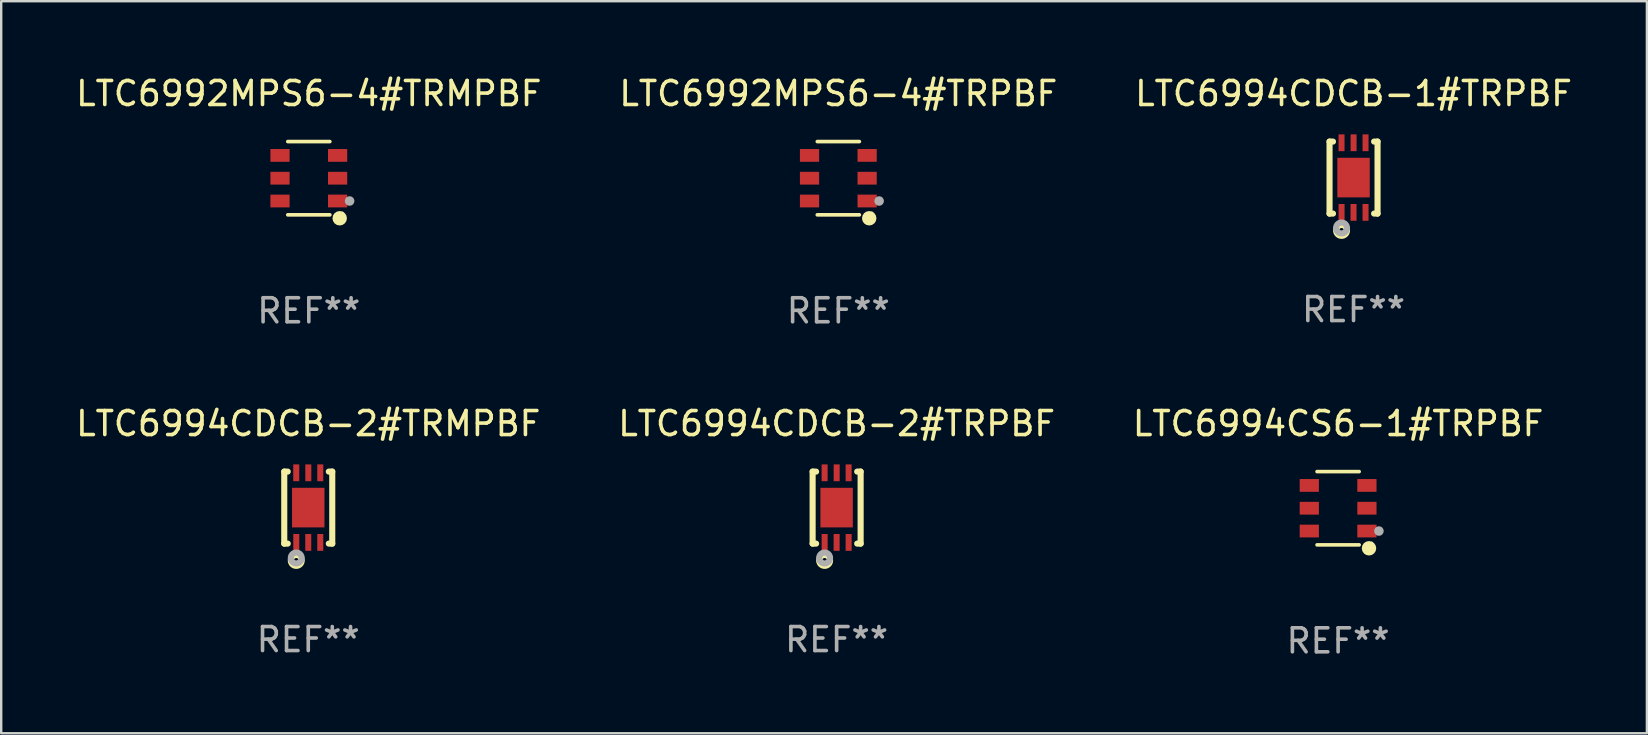
<source format=kicad_pcb>
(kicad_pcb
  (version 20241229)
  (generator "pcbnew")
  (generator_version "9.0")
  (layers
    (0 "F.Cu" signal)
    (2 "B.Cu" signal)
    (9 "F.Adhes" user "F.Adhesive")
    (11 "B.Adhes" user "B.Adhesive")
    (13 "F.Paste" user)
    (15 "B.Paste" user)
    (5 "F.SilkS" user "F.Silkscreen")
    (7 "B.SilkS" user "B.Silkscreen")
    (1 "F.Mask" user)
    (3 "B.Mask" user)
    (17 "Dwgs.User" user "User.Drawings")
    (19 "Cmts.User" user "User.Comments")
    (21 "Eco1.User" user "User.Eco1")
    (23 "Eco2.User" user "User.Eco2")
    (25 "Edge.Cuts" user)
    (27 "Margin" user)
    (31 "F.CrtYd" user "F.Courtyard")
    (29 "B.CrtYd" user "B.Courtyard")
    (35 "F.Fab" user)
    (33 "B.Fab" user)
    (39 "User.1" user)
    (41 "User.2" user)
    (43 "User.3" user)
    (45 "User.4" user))
  (footprint "LTC6992MPS6-4#TRMPBF"
    (layer "F.Cu")
    (at 9.815 4.374)
    (property "Reference" "LTC6992MPS6-4#TRMPBF" (at 0 -3.526 0) (layer "F.SilkS") (effects (font (size 1 1) (thickness 0.15))))
    (attr through_hole)
    (fp_line (start 0.876 -1.526) (end -0.876 -1.526) (stroke (width 0.152) (type solid)) (layer "F.SilkS"))
    (fp_line (start 0.876 1.526) (end -0.876 1.526) (stroke (width 0.152) (type solid)) (layer "F.SilkS"))
    (fp_circle (center 1.287 1.669) (end 1.438 1.669) (stroke (width 0.3) (type solid)) (fill no) (layer "F.SilkS"))
    (fp_circle (center 1.4 1.45) (end 1.43 1.45) (stroke (width 0.06) (type solid)) (fill no) (layer "F.SilkS"))
    (fp_circle (center 1.7 0.95) (end 1.8 0.95) (stroke (width 0.2) (type solid)) (fill no) (layer "F.Fab"))
    (fp_text user "REF**" (at 0 5.526 0) (layer "F.Fab") (effects (font (size 1 1) (thickness 0.15))))
    (pad "1" smd rect (at 1.2 0.95) (size 0.8 0.532) (layers "F.Cu" "F.Mask" "F.Paste"))
    (pad "2" smd rect (at 1.2 0) (size 0.8 0.532) (layers "F.Cu" "F.Mask" "F.Paste"))
    (pad "3" smd rect (at 1.2 -0.95) (size 0.8 0.532) (layers "F.Cu" "F.Mask" "F.Paste"))
    (pad "4" smd rect (at -1.2 -0.95) (size 0.8 0.532) (layers "F.Cu" "F.Mask" "F.Paste"))
    (pad "5" smd rect (at -1.2 0) (size 0.8 0.532) (layers "F.Cu" "F.Mask" "F.Paste"))
    (pad "6" smd rect (at -1.2 0.95) (size 0.8 0.532) (layers "F.Cu" "F.Mask" "F.Paste")))
  (footprint "LTC6994CDCB-1#TRPBF"
    (layer "F.Cu")
    (at 53.339 4.348)
    (property "Reference" "LTC6994CDCB-1#TRPBF" (at 0 -3.5 0) (layer "F.SilkS") (effects (font (size 1 1) (thickness 0.15))))
    (attr through_hole)
    (fp_line (start -1 1.5) (end -1 -1.5) (stroke (width 0.254) (type solid)) (layer "F.SilkS"))
    (fp_line (start -0.856 -1.5) (end -1 -1.5) (stroke (width 0.254) (type solid)) (layer "F.SilkS"))
    (fp_line (start -0.855 1.5) (end -1 1.5) (stroke (width 0.254) (type solid)) (layer "F.SilkS"))
    (fp_line (start 1 -1.5) (end 0.856 -1.5) (stroke (width 0.254) (type solid)) (layer "F.SilkS"))
    (fp_line (start 1 1.5) (end 0.856 1.5) (stroke (width 0.254) (type solid)) (layer "F.SilkS"))
    (fp_line (start 1 1.5) (end 1 -1.5) (stroke (width 0.254) (type solid)) (layer "F.SilkS"))
    (fp_circle (center -1 1.5) (end -0.97 1.5) (stroke (width 0.06) (type solid)) (fill no) (layer "F.SilkS"))
    (fp_circle (center -0.5 2.2) (end -0.4 2.2) (stroke (width 0.254) (type solid)) (fill no) (layer "F.SilkS"))
    (fp_circle (center -0.5 2.1) (end -0.4 2.1) (stroke (width 0.254) (type solid)) (fill no) (layer "F.Fab"))
    (fp_text user "REF**" (at 0 5.5 0) (layer "F.Fab") (effects (font (size 1 1) (thickness 0.15))))
    (pad "1" smd rect (at -0.499 1.45 180) (size 0.25 0.7) (layers "F.Cu" "F.Mask" "F.Paste"))
    (pad "2" smd rect (at 0.000025 1.45 180) (size 0.25 0.7) (layers "F.Cu" "F.Mask" "F.Paste"))
    (pad "3" smd rect (at 0.5 1.45 180) (size 0.25 0.7) (layers "F.Cu" "F.Mask" "F.Paste"))
    (pad "4" smd rect (at 0.5 -1.45 180) (size 0.25 0.7) (layers "F.Cu" "F.Mask" "F.Paste"))
    (pad "5" smd rect (at 0.002 -1.45 180) (size 0.25 0.7) (layers "F.Cu" "F.Mask" "F.Paste"))
    (pad "6" smd rect (at -0.5 -1.45 180) (size 0.25 0.7) (layers "F.Cu" "F.Mask" "F.Paste"))
    (pad "7" smd rect (at 0.000025 0.000038 180) (size 1.35 1.65) (layers "F.Cu" "F.Mask" "F.Paste")))
  (footprint "LTC6994CS6-1#TRPBF"
    (layer "F.Cu")
    (at 52.696 18.123)
    (property "Reference" "LTC6994CS6-1#TRPBF" (at 0 -3.526 0) (layer "F.SilkS") (effects (font (size 1 1) (thickness 0.15))))
    (attr through_hole)
    (fp_line (start 0.876 -1.526) (end -0.876 -1.526) (stroke (width 0.152) (type solid)) (layer "F.SilkS"))
    (fp_line (start 0.876 1.526) (end -0.876 1.526) (stroke (width 0.152) (type solid)) (layer "F.SilkS"))
    (fp_circle (center 1.287 1.669) (end 1.438 1.669) (stroke (width 0.3) (type solid)) (fill no) (layer "F.SilkS"))
    (fp_circle (center 1.4 1.45) (end 1.43 1.45) (stroke (width 0.06) (type solid)) (fill no) (layer "F.SilkS"))
    (fp_circle (center 1.7 0.95) (end 1.8 0.95) (stroke (width 0.2) (type solid)) (fill no) (layer "F.Fab"))
    (fp_text user "REF**" (at 0 5.526 0) (layer "F.Fab") (effects (font (size 1 1) (thickness 0.15))))
    (pad "1" smd rect (at 1.2 0.95) (size 0.8 0.532) (layers "F.Cu" "F.Mask" "F.Paste"))
    (pad "2" smd rect (at 1.2 0) (size 0.8 0.532) (layers "F.Cu" "F.Mask" "F.Paste"))
    (pad "3" smd rect (at 1.2 -0.95) (size 0.8 0.532) (layers "F.Cu" "F.Mask" "F.Paste"))
    (pad "4" smd rect (at -1.2 -0.95) (size 0.8 0.532) (layers "F.Cu" "F.Mask" "F.Paste"))
    (pad "5" smd rect (at -1.2 0) (size 0.8 0.532) (layers "F.Cu" "F.Mask" "F.Paste"))
    (pad "6" smd rect (at -1.2 0.95) (size 0.8 0.532) (layers "F.Cu" "F.Mask" "F.Paste")))
  (footprint "LTC6994CDCB-2#TRPBF"
    (layer "F.Cu")
    (at 31.804 18.097)
    (property "Reference" "LTC6994CDCB-2#TRPBF" (at 0 -3.5 0) (layer "F.SilkS") (effects (font (size 1 1) (thickness 0.15))))
    (attr through_hole)
    (fp_line (start -1 1.5) (end -1 -1.5) (stroke (width 0.254) (type solid)) (layer "F.SilkS"))
    (fp_line (start -0.856 -1.5) (end -1 -1.5) (stroke (width 0.254) (type solid)) (layer "F.SilkS"))
    (fp_line (start -0.855 1.5) (end -1 1.5) (stroke (width 0.254) (type solid)) (layer "F.SilkS"))
    (fp_line (start 1 -1.5) (end 0.856 -1.5) (stroke (width 0.254) (type solid)) (layer "F.SilkS"))
    (fp_line (start 1 1.5) (end 0.856 1.5) (stroke (width 0.254) (type solid)) (layer "F.SilkS"))
    (fp_line (start 1 1.5) (end 1 -1.5) (stroke (width 0.254) (type solid)) (layer "F.SilkS"))
    (fp_circle (center -1 1.5) (end -0.97 1.5) (stroke (width 0.06) (type solid)) (fill no) (layer "F.SilkS"))
    (fp_circle (center -0.5 2.2) (end -0.4 2.2) (stroke (width 0.254) (type solid)) (fill no) (layer "F.SilkS"))
    (fp_circle (center -0.5 2.1) (end -0.4 2.1) (stroke (width 0.254) (type solid)) (fill no) (layer "F.Fab"))
    (fp_text user "REF**" (at 0 5.5 0) (layer "F.Fab") (effects (font (size 1 1) (thickness 0.15))))
    (pad "1" smd rect (at -0.499 1.45 180) (size 0.25 0.7) (layers "F.Cu" "F.Mask" "F.Paste"))
    (pad "2" smd rect (at 0.000025 1.45 180) (size 0.25 0.7) (layers "F.Cu" "F.Mask" "F.Paste"))
    (pad "3" smd rect (at 0.5 1.45 180) (size 0.25 0.7) (layers "F.Cu" "F.Mask" "F.Paste"))
    (pad "4" smd rect (at 0.5 -1.45 180) (size 0.25 0.7) (layers "F.Cu" "F.Mask" "F.Paste"))
    (pad "5" smd rect (at 0.002 -1.45 180) (size 0.25 0.7) (layers "F.Cu" "F.Mask" "F.Paste"))
    (pad "6" smd rect (at -0.5 -1.45 180) (size 0.25 0.7) (layers "F.Cu" "F.Mask" "F.Paste"))
    (pad "7" smd rect (at 0.000025 0.000038 180) (size 1.35 1.65) (layers "F.Cu" "F.Mask" "F.Paste")))
  (footprint "LTC6992MPS6-4#TRPBF"
    (layer "F.Cu")
    (at 31.875 4.374)
    (property "Reference" "LTC6992MPS6-4#TRPBF" (at 0 -3.526 0) (layer "F.SilkS") (effects (font (size 1 1) (thickness 0.15))))
    (attr through_hole)
    (fp_line (start 0.876 -1.526) (end -0.876 -1.526) (stroke (width 0.152) (type solid)) (layer "F.SilkS"))
    (fp_line (start 0.876 1.526) (end -0.876 1.526) (stroke (width 0.152) (type solid)) (layer "F.SilkS"))
    (fp_circle (center 1.287 1.669) (end 1.438 1.669) (stroke (width 0.3) (type solid)) (fill no) (layer "F.SilkS"))
    (fp_circle (center 1.4 1.45) (end 1.43 1.45) (stroke (width 0.06) (type solid)) (fill no) (layer "F.SilkS"))
    (fp_circle (center 1.7 0.95) (end 1.8 0.95) (stroke (width 0.2) (type solid)) (fill no) (layer "F.Fab"))
    (fp_text user "REF**" (at 0 5.526 0) (layer "F.Fab") (effects (font (size 1 1) (thickness 0.15))))
    (pad "1" smd rect (at 1.2 0.95) (size 0.8 0.532) (layers "F.Cu" "F.Mask" "F.Paste"))
    (pad "2" smd rect (at 1.2 0) (size 0.8 0.532) (layers "F.Cu" "F.Mask" "F.Paste"))
    (pad "3" smd rect (at 1.2 -0.95) (size 0.8 0.532) (layers "F.Cu" "F.Mask" "F.Paste"))
    (pad "4" smd rect (at -1.2 -0.95) (size 0.8 0.532) (layers "F.Cu" "F.Mask" "F.Paste"))
    (pad "5" smd rect (at -1.2 0) (size 0.8 0.532) (layers "F.Cu" "F.Mask" "F.Paste"))
    (pad "6" smd rect (at -1.2 0.95) (size 0.8 0.532) (layers "F.Cu" "F.Mask" "F.Paste")))
  (footprint "LTC6994CDCB-2#TRMPBF"
    (layer "F.Cu")
    (at 9.792 18.097)
    (property "Reference" "LTC6994CDCB-2#TRMPBF" (at 0 -3.5 0) (layer "F.SilkS") (effects (font (size 1 1) (thickness 0.15))))
    (attr through_hole)
    (fp_line (start -1 1.5) (end -1 -1.5) (stroke (width 0.254) (type solid)) (layer "F.SilkS"))
    (fp_line (start -0.856 -1.5) (end -1 -1.5) (stroke (width 0.254) (type solid)) (layer "F.SilkS"))
    (fp_line (start -0.855 1.5) (end -1 1.5) (stroke (width 0.254) (type solid)) (layer "F.SilkS"))
    (fp_line (start 1 -1.5) (end 0.856 -1.5) (stroke (width 0.254) (type solid)) (layer "F.SilkS"))
    (fp_line (start 1 1.5) (end 0.856 1.5) (stroke (width 0.254) (type solid)) (layer "F.SilkS"))
    (fp_line (start 1 1.5) (end 1 -1.5) (stroke (width 0.254) (type solid)) (layer "F.SilkS"))
    (fp_circle (center -1 1.5) (end -0.97 1.5) (stroke (width 0.06) (type solid)) (fill no) (layer "F.SilkS"))
    (fp_circle (center -0.5 2.2) (end -0.4 2.2) (stroke (width 0.254) (type solid)) (fill no) (layer "F.SilkS"))
    (fp_circle (center -0.5 2.1) (end -0.4 2.1) (stroke (width 0.254) (type solid)) (fill no) (layer "F.Fab"))
    (fp_text user "REF**" (at 0 5.5 0) (layer "F.Fab") (effects (font (size 1 1) (thickness 0.15))))
    (pad "1" smd rect (at -0.499 1.45 180) (size 0.25 0.7) (layers "F.Cu" "F.Mask" "F.Paste"))
    (pad "2" smd rect (at 0.000025 1.45 180) (size 0.25 0.7) (layers "F.Cu" "F.Mask" "F.Paste"))
    (pad "3" smd rect (at 0.5 1.45 180) (size 0.25 0.7) (layers "F.Cu" "F.Mask" "F.Paste"))
    (pad "4" smd rect (at 0.5 -1.45 180) (size 0.25 0.7) (layers "F.Cu" "F.Mask" "F.Paste"))
    (pad "5" smd rect (at 0.002 -1.45 180) (size 0.25 0.7) (layers "F.Cu" "F.Mask" "F.Paste"))
    (pad "6" smd rect (at -0.5 -1.45 180) (size 0.25 0.7) (layers "F.Cu" "F.Mask" "F.Paste"))
    (pad "7" smd rect (at 0.000025 0.000038 180) (size 1.35 1.65) (layers "F.Cu" "F.Mask" "F.Paste")))
  (gr_rect
    (start -3 -3)
    (end 65.56 27.498)
    (stroke (width 0.1) (type default))
    (fill no)
    (layer "Edge.Cuts")))
</source>
